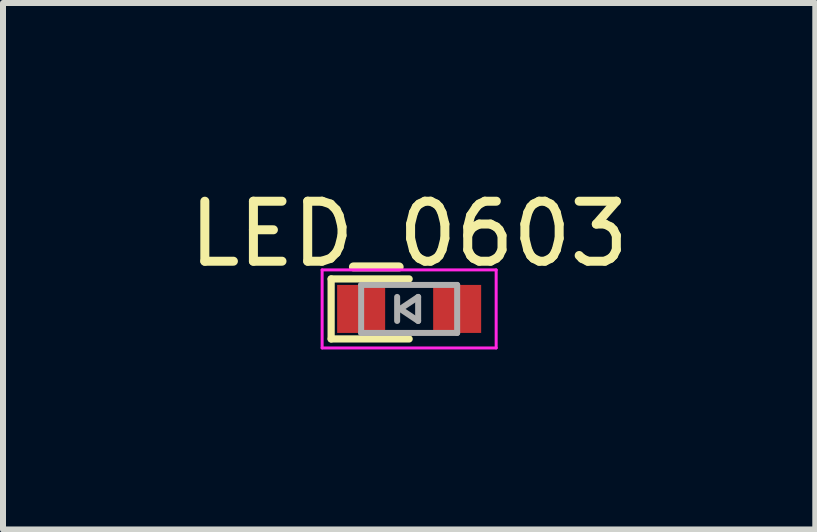
<source format=kicad_pcb>
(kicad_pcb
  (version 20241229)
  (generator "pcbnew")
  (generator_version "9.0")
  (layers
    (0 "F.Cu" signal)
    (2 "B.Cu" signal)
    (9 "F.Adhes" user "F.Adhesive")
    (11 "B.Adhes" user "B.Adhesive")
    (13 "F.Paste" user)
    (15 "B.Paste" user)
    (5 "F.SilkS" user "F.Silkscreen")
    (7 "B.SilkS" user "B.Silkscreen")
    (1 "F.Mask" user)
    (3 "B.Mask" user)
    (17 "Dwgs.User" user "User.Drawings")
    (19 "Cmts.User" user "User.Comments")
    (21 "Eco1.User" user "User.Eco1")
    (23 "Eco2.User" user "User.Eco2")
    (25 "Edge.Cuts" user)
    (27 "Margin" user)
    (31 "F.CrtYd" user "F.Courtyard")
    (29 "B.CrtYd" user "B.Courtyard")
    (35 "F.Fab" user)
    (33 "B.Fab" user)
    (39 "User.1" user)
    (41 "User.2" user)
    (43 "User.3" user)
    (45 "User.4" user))
  (footprint "LED_0603"
    (layer "F.Cu")
    (at 3.768 2.098)
    (property "Reference" "LED_0603" (at 0 -1.25 0) (layer "F.SilkS") (effects (font (size 1 1) (thickness 0.15))))
    (attr smd)
    (fp_line (start -1.3 -0.5) (end -1.3 0.5) (stroke (width 0.12) (type solid)) (layer "F.SilkS"))
    (fp_line (start -1.3 -0.5) (end 0 -0.5) (stroke (width 0.12) (type solid)) (layer "F.SilkS"))
    (fp_line (start -1.3 0.5) (end 0 0.5) (stroke (width 0.12) (type solid)) (layer "F.SilkS"))
    (fp_line (start -1.45 -0.65) (end 1.45 -0.65) (stroke (width 0.05) (type solid)) (layer "F.CrtYd"))
    (fp_line (start -1.45 0.65) (end -1.45 -0.65) (stroke (width 0.05) (type solid)) (layer "F.CrtYd"))
    (fp_line (start 1.45 -0.65) (end 1.45 0.65) (stroke (width 0.05) (type solid)) (layer "F.CrtYd"))
    (fp_line (start 1.45 0.65) (end -1.45 0.65) (stroke (width 0.05) (type solid)) (layer "F.CrtYd"))
    (fp_line (start -0.8 -0.4) (end 0.8 -0.4) (stroke (width 0.1) (type solid)) (layer "F.Fab"))
    (fp_line (start -0.8 0.4) (end -0.8 -0.4) (stroke (width 0.1) (type solid)) (layer "F.Fab"))
    (fp_line (start -0.2 -0.2) (end -0.2 0.2) (stroke (width 0.1) (type solid)) (layer "F.Fab"))
    (fp_line (start -0.15 0) (end 0.15 -0.2) (stroke (width 0.1) (type solid)) (layer "F.Fab"))
    (fp_line (start 0.15 -0.2) (end 0.15 0.2) (stroke (width 0.1) (type solid)) (layer "F.Fab"))
    (fp_line (start 0.15 0.2) (end -0.15 0) (stroke (width 0.1) (type solid)) (layer "F.Fab"))
    (fp_line (start 0.8 -0.4) (end 0.8 0.4) (stroke (width 0.1) (type solid)) (layer "F.Fab"))
    (fp_line (start 0.8 0.4) (end -0.8 0.4) (stroke (width 0.1) (type solid)) (layer "F.Fab"))
    (pad "1" smd rect (at -0.8 0 180) (size 0.8 0.8) (layers "F.Cu" "F.Mask" "F.Paste"))
    (pad "2" smd rect (at 0.8 0 180) (size 0.8 0.8) (layers "F.Cu" "F.Mask" "F.Paste")))
  (gr_rect
    (start -3 -3)
    (end 10.536 5.773)
    (stroke (width 0.1) (type default))
    (fill no)
    (layer "Edge.Cuts")))
</source>
